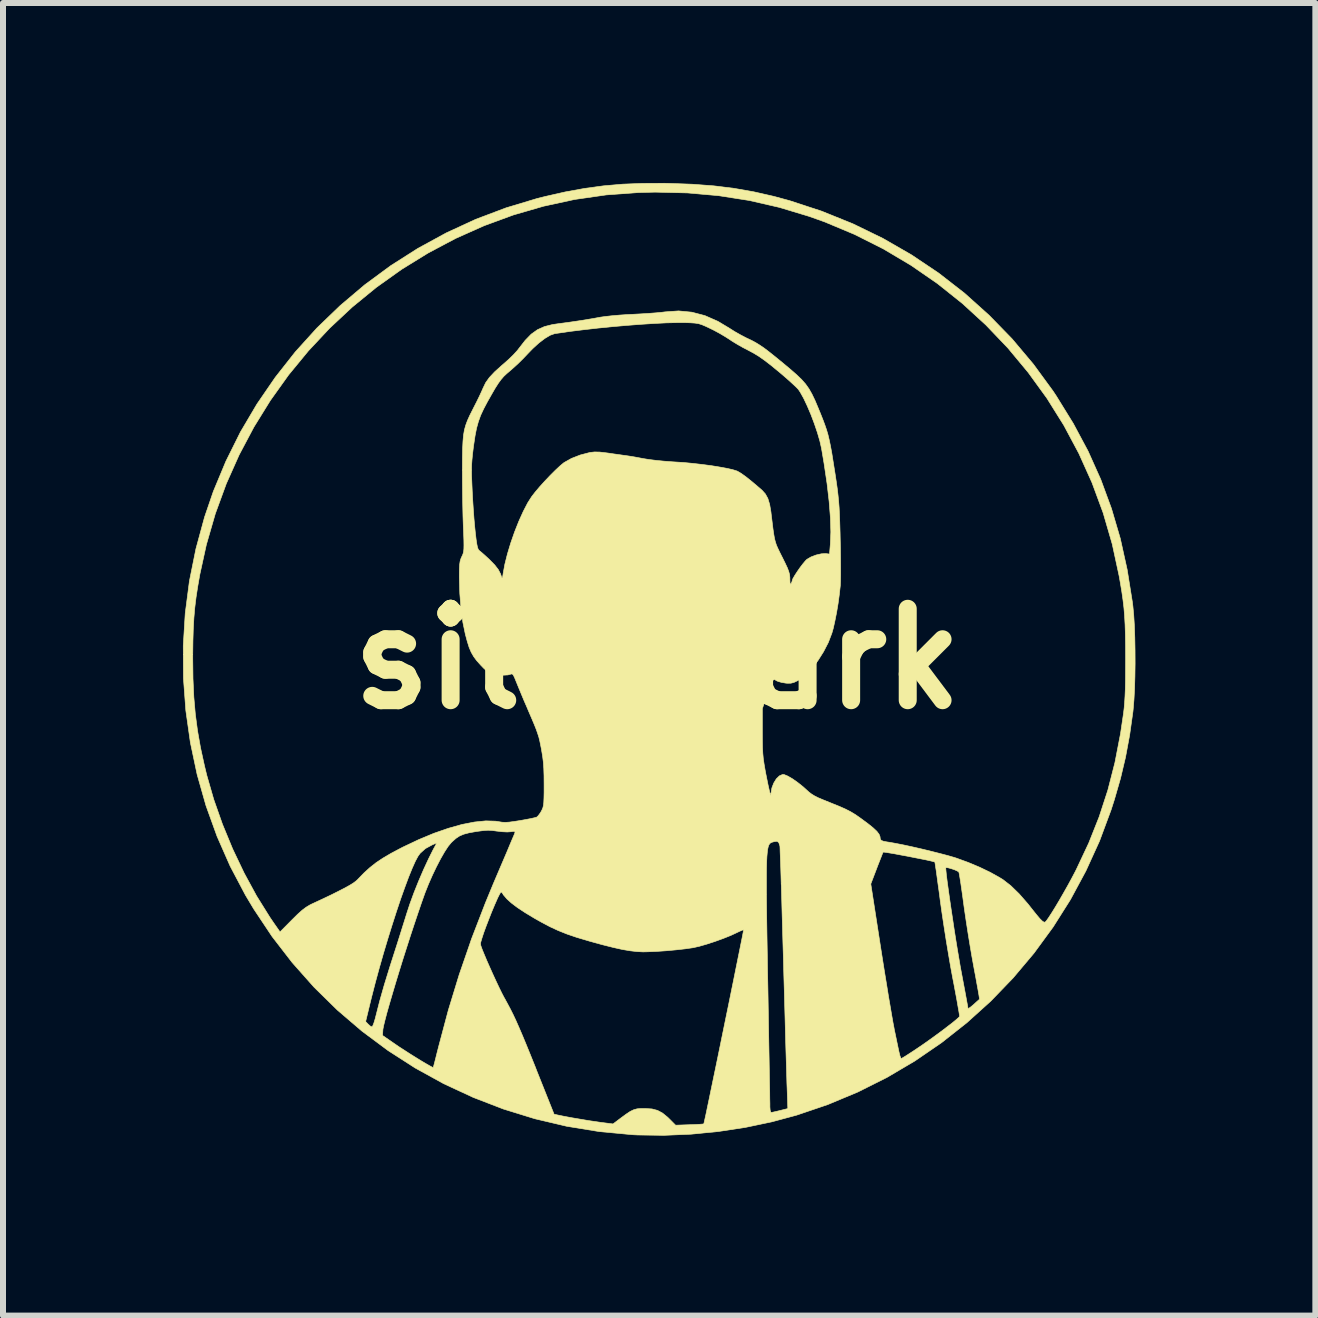
<source format=kicad_pcb>
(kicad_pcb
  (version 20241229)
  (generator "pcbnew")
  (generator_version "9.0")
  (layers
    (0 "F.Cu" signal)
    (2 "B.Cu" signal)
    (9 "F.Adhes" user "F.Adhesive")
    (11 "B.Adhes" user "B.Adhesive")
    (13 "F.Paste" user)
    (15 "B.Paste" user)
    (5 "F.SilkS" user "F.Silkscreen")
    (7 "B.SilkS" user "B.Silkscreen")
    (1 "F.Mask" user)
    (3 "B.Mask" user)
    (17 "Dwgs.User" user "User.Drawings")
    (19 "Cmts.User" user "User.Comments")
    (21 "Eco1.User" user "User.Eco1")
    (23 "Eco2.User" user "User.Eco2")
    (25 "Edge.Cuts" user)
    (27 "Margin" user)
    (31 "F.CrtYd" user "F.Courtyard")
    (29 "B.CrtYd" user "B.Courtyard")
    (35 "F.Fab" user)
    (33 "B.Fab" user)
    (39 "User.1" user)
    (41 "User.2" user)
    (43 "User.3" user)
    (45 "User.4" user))
  (footprint "silk_dark"
    (layer "F.Cu")
    (at 7.909 7.933)
    (property "Reference" "silk_dark" (at 0 0 0) (layer "F.SilkS") (effects (font (size 1.524 1.524) (thickness 0.3))))
    (attr through_hole)
    (fp_poly (pts (xy 0.195 -7.926) (xy 0.582 -7.912) (xy 0.94 -7.885) (xy 1.279 -7.843) (xy 1.609 -7.785) (xy 1.939 -7.71) (xy 2.204 -7.638) (xy 2.74 -7.462) (xy 3.257 -7.253) (xy 3.755 -7.011) (xy 4.233 -6.736) (xy 4.688 -6.431) (xy 5.12 -6.095) (xy 5.528 -5.729) (xy 5.911 -5.336) (xy 6.266 -4.914) (xy 6.594 -4.466) (xy 6.651 -4.38) (xy 6.933 -3.923) (xy 7.18 -3.461) (xy 7.391 -2.99) (xy 7.569 -2.506) (xy 7.716 -2.007) (xy 7.831 -1.487) (xy 7.918 -0.944) (xy 7.926 -0.879) (xy 7.94 -0.732) (xy 7.951 -0.555) (xy 7.958 -0.356) (xy 7.962 -0.142) (xy 7.963 0.077) (xy 7.96 0.292) (xy 7.954 0.497) (xy 7.944 0.682) (xy 7.931 0.839) (xy 7.927 0.879) (xy 7.872 1.271) (xy 7.804 1.637) (xy 7.72 1.992) (xy 7.617 2.349) (xy 7.562 2.52) (xy 7.37 3.037) (xy 7.143 3.535) (xy 6.885 4.014) (xy 6.596 4.471) (xy 6.277 4.907) (xy 5.93 5.319) (xy 5.557 5.706) (xy 5.158 6.066) (xy 4.736 6.399) (xy 4.291 6.704) (xy 3.826 6.978) (xy 3.341 7.221) (xy 2.838 7.431) (xy 2.319 7.607) (xy 1.907 7.718) (xy 1.47 7.81) (xy 1.018 7.879) (xy 0.561 7.924) (xy 0.109 7.943) (xy -0.327 7.937) (xy -0.41 7.933) (xy -0.965 7.881) (xy -1.511 7.792) (xy -2.045 7.666) (xy -2.566 7.505) (xy -3.072 7.31) (xy -3.563 7.082) (xy -4.037 6.821) (xy -4.491 6.529) (xy -4.828 6.278) (xy -4.582 6.278) (xy -4.386 6.413) (xy -4.309 6.466) (xy -4.219 6.524) (xy -4.123 6.586) (xy -4.027 6.646) (xy -3.936 6.702) (xy -3.855 6.75) (xy -3.792 6.786) (xy -3.751 6.808) (xy -3.738 6.812) (xy -3.731 6.792) (xy -3.717 6.74) (xy -3.697 6.662) (xy -3.673 6.565) (xy -3.645 6.456) (xy -3.486 5.859) (xy -3.305 5.267) (xy -3.128 4.755) (xy -2.95 4.755) (xy -2.942 4.786) (xy -2.92 4.847) (xy -2.886 4.93) (xy -2.844 5.03) (xy -2.795 5.141) (xy -2.743 5.257) (xy -2.69 5.372) (xy -2.64 5.478) (xy -2.594 5.572) (xy -2.556 5.645) (xy -2.549 5.656) (xy -2.499 5.748) (xy -2.451 5.838) (xy -2.405 5.93) (xy -2.358 6.03) (xy -2.309 6.141) (xy -2.254 6.269) (xy -2.192 6.418) (xy -2.121 6.592) (xy -2.038 6.798) (xy -2.011 6.868) (xy -1.723 7.59) (xy -1.658 7.605) (xy -1.555 7.626) (xy -1.427 7.65) (xy -1.285 7.674) (xy -1.142 7.698) (xy -1.012 7.717) (xy -0.951 7.726) (xy -0.74 7.753) (xy -0.613 7.657) (xy -0.523 7.591) (xy -0.454 7.545) (xy -0.396 7.517) (xy -0.339 7.501) (xy -0.273 7.496) (xy -0.201 7.496) (xy -0.09 7.503) (xy 0.001 7.527) (xy 0.084 7.571) (xy 0.17 7.641) (xy 0.215 7.685) (xy 0.303 7.774) (xy 0.535 7.766) (xy 0.626 7.763) (xy 0.701 7.759) (xy 0.753 7.755) (xy 0.773 7.752) (xy 0.778 7.732) (xy 0.79 7.678) (xy 0.809 7.592) (xy 0.833 7.477) (xy 0.862 7.339) (xy 0.895 7.179) (xy 0.932 7.001) (xy 0.972 6.809) (xy 1.014 6.606) (xy 1.057 6.396) (xy 1.101 6.181) (xy 1.145 5.966) (xy 1.189 5.753) (xy 1.231 5.546) (xy 1.271 5.349) (xy 1.308 5.165) (xy 1.342 4.997) (xy 1.372 4.849) (xy 1.397 4.724) (xy 1.417 4.625) (xy 1.43 4.556) (xy 1.436 4.521) (xy 1.436 4.517) (xy 1.417 4.522) (xy 1.374 4.54) (xy 1.33 4.561) (xy 1.225 4.61) (xy 1.098 4.661) (xy 0.96 4.711) (xy 0.822 4.756) (xy 0.697 4.792) (xy 0.595 4.815) (xy 0.589 4.816) (xy 0.464 4.834) (xy 0.312 4.851) (xy 0.149 4.866) (xy -0.013 4.877) (xy -0.159 4.883) (xy -0.239 4.885) (xy -0.339 4.88) (xy -0.452 4.867) (xy -0.583 4.845) (xy -0.736 4.811) (xy -0.915 4.766) (xy -1.126 4.708) (xy -1.159 4.698) (xy -1.348 4.642) (xy -1.509 4.587) (xy -1.654 4.529) (xy -1.794 4.464) (xy -1.939 4.387) (xy -2.049 4.325) (xy -2.208 4.229) (xy -2.335 4.145) (xy -2.434 4.07) (xy -2.51 4.001) (xy -2.566 3.935) (xy -2.59 3.897) (xy -2.601 3.888) (xy -2.615 3.896) (xy -2.634 3.928) (xy -2.663 3.986) (xy -2.702 4.075) (xy -2.711 4.095) (xy -2.763 4.219) (xy -2.812 4.344) (xy -2.858 4.463) (xy -2.897 4.57) (xy -2.926 4.659) (xy -2.945 4.724) (xy -2.95 4.755) (xy -3.128 4.755) (xy -3.1 4.672) (xy -2.867 4.068) (xy -2.737 3.753) (xy 1.817 3.753) (xy 1.817 3.923) (xy 1.819 4.118) (xy 1.822 4.342) (xy 1.826 4.596) (xy 1.831 4.881) (xy 1.836 5.201) (xy 1.843 5.557) (xy 1.847 5.793) (xy 1.851 6.041) (xy 1.855 6.279) (xy 1.859 6.504) (xy 1.863 6.713) (xy 1.866 6.904) (xy 1.869 7.072) (xy 1.872 7.215) (xy 1.873 7.329) (xy 1.875 7.412) (xy 1.875 7.46) (xy 1.875 7.469) (xy 1.879 7.523) (xy 1.889 7.556) (xy 1.896 7.561) (xy 1.924 7.557) (xy 1.979 7.545) (xy 2.045 7.529) (xy 2.174 7.497) (xy 2.162 7.153) (xy 2.159 7.082) (xy 2.156 6.976) (xy 2.152 6.838) (xy 2.147 6.671) (xy 2.141 6.478) (xy 2.135 6.264) (xy 2.129 6.031) (xy 2.122 5.783) (xy 2.115 5.523) (xy 2.107 5.255) (xy 2.1 4.982) (xy 2.092 4.718) (xy 2.085 4.464) (xy 2.078 4.224) (xy 2.072 3.999) (xy 2.066 3.794) (xy 2.064 3.752) (xy 3.557 3.752) (xy 3.723 4.822) (xy 3.756 5.032) (xy 3.789 5.239) (xy 3.822 5.439) (xy 3.852 5.626) (xy 3.881 5.795) (xy 3.906 5.942) (xy 3.927 6.062) (xy 3.944 6.15) (xy 3.948 6.174) (xy 3.971 6.284) (xy 3.993 6.39) (xy 4.012 6.481) (xy 4.026 6.547) (xy 4.029 6.56) (xy 4.043 6.617) (xy 4.057 6.654) (xy 4.064 6.663) (xy 4.085 6.652) (xy 4.132 6.624) (xy 4.199 6.581) (xy 4.282 6.527) (xy 4.34 6.488) (xy 4.434 6.424) (xy 4.536 6.352) (xy 4.641 6.276) (xy 4.743 6.201) (xy 4.837 6.129) (xy 4.919 6.066) (xy 4.983 6.013) (xy 5.024 5.977) (xy 5.037 5.961) (xy 5.035 5.938) (xy 5.026 5.882) (xy 5.011 5.797) (xy 4.992 5.687) (xy 4.968 5.558) (xy 4.941 5.414) (xy 4.923 5.322) (xy 4.888 5.133) (xy 4.851 4.917) (xy 4.813 4.688) (xy 4.777 4.457) (xy 4.744 4.238) (xy 4.717 4.046) (xy 4.697 3.891) (xy 4.677 3.749) (xy 4.66 3.624) (xy 4.646 3.521) (xy 4.64 3.485) (xy 4.806 3.485) (xy 4.81 3.531) (xy 4.818 3.611) (xy 4.832 3.72) (xy 4.85 3.851) (xy 4.871 4.001) (xy 4.895 4.164) (xy 4.921 4.336) (xy 4.947 4.51) (xy 4.974 4.682) (xy 5.001 4.848) (xy 5.027 5.001) (xy 5.05 5.137) (xy 5.07 5.243) (xy 5.097 5.387) (xy 5.122 5.519) (xy 5.143 5.633) (xy 5.16 5.726) (xy 5.172 5.791) (xy 5.177 5.824) (xy 5.178 5.827) (xy 5.191 5.825) (xy 5.224 5.802) (xy 5.271 5.763) (xy 5.319 5.719) (xy 5.355 5.687) (xy 5.369 5.675) (xy 5.367 5.655) (xy 5.359 5.602) (xy 5.345 5.521) (xy 5.326 5.417) (xy 5.304 5.294) (xy 5.278 5.158) (xy 5.278 5.156) (xy 5.246 4.982) (xy 5.212 4.783) (xy 5.178 4.573) (xy 5.146 4.366) (xy 5.118 4.175) (xy 5.108 4.103) (xy 5.089 3.962) (xy 5.071 3.835) (xy 5.055 3.725) (xy 5.041 3.638) (xy 5.031 3.579) (xy 5.024 3.553) (xy 5.024 3.553) (xy 4.995 3.534) (xy 4.948 3.514) (xy 4.894 3.496) (xy 4.845 3.483) (xy 4.813 3.48) (xy 4.806 3.485) (xy 4.64 3.485) (xy 4.634 3.444) (xy 4.627 3.398) (xy 4.624 3.387) (xy 4.602 3.38) (xy 4.549 3.367) (xy 4.472 3.35) (xy 4.376 3.331) (xy 4.269 3.31) (xy 4.158 3.288) (xy 4.049 3.268) (xy 3.949 3.249) (xy 3.864 3.235) (xy 3.801 3.225) (xy 3.767 3.221) (xy 3.763 3.222) (xy 3.753 3.243) (xy 3.733 3.295) (xy 3.704 3.369) (xy 3.669 3.458) (xy 3.656 3.493) (xy 3.557 3.752) (xy 2.064 3.752) (xy 2.06 3.611) (xy 2.055 3.452) (xy 2.05 3.321) (xy 2.046 3.22) (xy 2.044 3.151) (xy 2.042 3.118) (xy 2.041 3.116) (xy 2.023 3.062) (xy 1.995 3.041) (xy 1.946 3.047) (xy 1.93 3.052) (xy 1.911 3.057) (xy 1.895 3.064) (xy 1.88 3.073) (xy 1.867 3.088) (xy 1.855 3.109) (xy 1.846 3.138) (xy 1.837 3.179) (xy 1.831 3.232) (xy 1.825 3.299) (xy 1.821 3.383) (xy 1.818 3.486) (xy 1.817 3.608) (xy 1.817 3.753) (xy -2.737 3.753) (xy -2.691 3.645) (xy -2.625 3.49) (xy -2.563 3.345) (xy -2.507 3.214) (xy -2.46 3.101) (xy -2.422 3.011) (xy -2.395 2.948) (xy -2.382 2.917) (xy -2.381 2.915) (xy -2.373 2.886) (xy -2.381 2.875) (xy -2.417 2.878) (xy -2.444 2.882) (xy -2.504 2.886) (xy -2.585 2.882) (xy -2.67 2.872) (xy -2.674 2.872) (xy -2.753 2.861) (xy -2.822 2.857) (xy -2.896 2.862) (xy -2.989 2.874) (xy -3.025 2.879) (xy -3.141 2.9) (xy -3.228 2.923) (xy -3.297 2.952) (xy -3.358 2.992) (xy -3.421 3.048) (xy -3.439 3.066) (xy -3.489 3.127) (xy -3.549 3.219) (xy -3.615 3.334) (xy -3.684 3.467) (xy -3.752 3.609) (xy -3.816 3.755) (xy -3.873 3.898) (xy -3.88 3.917) (xy -3.935 4.072) (xy -3.994 4.245) (xy -4.056 4.43) (xy -4.12 4.624) (xy -4.184 4.824) (xy -4.248 5.024) (xy -4.309 5.222) (xy -4.367 5.412) (xy -4.42 5.591) (xy -4.468 5.755) (xy -4.509 5.899) (xy -4.541 6.021) (xy -4.564 6.115) (xy -4.576 6.177) (xy -4.577 6.192) (xy -4.582 6.278) (xy -4.828 6.278) (xy -4.925 6.206) (xy -5.112 6.046) (xy -4.864 6.046) (xy -4.822 6.09) (xy -4.786 6.122) (xy -4.758 6.135) (xy -4.758 6.135) (xy -4.745 6.117) (xy -4.726 6.069) (xy -4.705 6) (xy -4.691 5.945) (xy -4.63 5.706) (xy -4.553 5.435) (xy -4.459 5.13) (xy -4.396 4.933) (xy -4.35 4.79) (xy -4.299 4.629) (xy -4.248 4.466) (xy -4.201 4.317) (xy -4.181 4.252) (xy -4.127 4.087) (xy -4.059 3.901) (xy -3.981 3.706) (xy -3.898 3.513) (xy -3.815 3.334) (xy -3.738 3.18) (xy -3.733 3.171) (xy -3.678 3.069) (xy -3.749 3.098) (xy -3.867 3.162) (xy -3.955 3.241) (xy -3.991 3.291) (xy -4.035 3.373) (xy -4.087 3.489) (xy -4.146 3.634) (xy -4.21 3.806) (xy -4.279 3.999) (xy -4.35 4.211) (xy -4.422 4.435) (xy -4.495 4.67) (xy -4.567 4.91) (xy -4.636 5.152) (xy -4.701 5.391) (xy -4.761 5.624) (xy -4.778 5.692) (xy -4.864 6.046) (xy -5.112 6.046) (xy -5.336 5.854) (xy -5.724 5.473) (xy -6.087 5.064) (xy -6.423 4.629) (xy -6.73 4.168) (xy -6.867 3.939) (xy -7.122 3.456) (xy -7.341 2.958) (xy -7.525 2.448) (xy -7.673 1.927) (xy -7.785 1.398) (xy -7.861 0.863) (xy -7.901 0.323) (xy -7.903 0) (xy -7.746 0) (xy -7.742 0.331) (xy -7.728 0.635) (xy -7.703 0.921) (xy -7.666 1.201) (xy -7.616 1.484) (xy -7.551 1.781) (xy -7.513 1.938) (xy -7.396 2.344) (xy -7.251 2.756) (xy -7.081 3.168) (xy -6.89 3.569) (xy -6.682 3.952) (xy -6.46 4.308) (xy -6.394 4.405) (xy -6.291 4.552) (xy -6.091 4.35) (xy -5.998 4.258) (xy -5.922 4.19) (xy -5.857 4.141) (xy -5.794 4.103) (xy -5.764 4.088) (xy -5.579 4.002) (xy -5.426 3.929) (xy -5.303 3.867) (xy -5.204 3.816) (xy -5.127 3.773) (xy -5.069 3.737) (xy -5.025 3.704) (xy -4.993 3.675) (xy -4.991 3.672) (xy -4.89 3.568) (xy -4.792 3.479) (xy -4.691 3.399) (xy -4.577 3.323) (xy -4.445 3.245) (xy -4.285 3.16) (xy -4.24 3.137) (xy -3.98 3.014) (xy -3.728 2.909) (xy -3.486 2.825) (xy -3.259 2.761) (xy -3.049 2.72) (xy -2.861 2.701) (xy -2.698 2.706) (xy -2.647 2.714) (xy -2.591 2.723) (xy -2.535 2.726) (xy -2.471 2.722) (xy -2.389 2.711) (xy -2.286 2.695) (xy -2.191 2.678) (xy -2.108 2.662) (xy -2.046 2.648) (xy -2.014 2.639) (xy -2.012 2.639) (xy -1.986 2.614) (xy -1.952 2.568) (xy -1.936 2.541) (xy -1.92 2.509) (xy -1.908 2.478) (xy -1.899 2.44) (xy -1.894 2.39) (xy -1.891 2.32) (xy -1.889 2.224) (xy -1.889 2.103) (xy -1.89 1.953) (xy -1.894 1.831) (xy -1.901 1.727) (xy -1.913 1.629) (xy -1.93 1.527) (xy -1.931 1.519) (xy -1.947 1.437) (xy -1.961 1.369) (xy -1.976 1.307) (xy -1.996 1.245) (xy -2.02 1.176) (xy -2.053 1.093) (xy -2.097 0.989) (xy -2.153 0.859) (xy -2.173 0.811) (xy -2.222 0.699) (xy -2.269 0.586) (xy -2.311 0.485) (xy -2.344 0.404) (xy -2.355 0.377) (xy -2.384 0.306) (xy -2.405 0.266) (xy -2.423 0.251) (xy -2.442 0.254) (xy -2.444 0.255) (xy -2.492 0.268) (xy -2.565 0.272) (xy -2.649 0.269) (xy -2.732 0.258) (xy -2.745 0.255) (xy -2.793 0.238) (xy -2.842 0.206) (xy -2.9 0.152) (xy -2.946 0.104) (xy -3.013 0.029) (xy -3.064 -0.04) (xy -3.104 -0.11) (xy -3.139 -0.192) (xy -3.171 -0.295) (xy -3.202 -0.411) (xy -3.243 -0.609) (xy -3.274 -0.838) (xy -3.294 -1.09) (xy -3.302 -1.359) (xy -3.302 -1.392) (xy -3.301 -1.497) (xy -3.297 -1.571) (xy -3.289 -1.626) (xy -3.276 -1.67) (xy -3.26 -1.706) (xy -3.247 -1.733) (xy -3.237 -1.761) (xy -3.23 -1.793) (xy -3.226 -1.836) (xy -3.225 -1.895) (xy -3.226 -1.976) (xy -3.23 -2.085) (xy -3.236 -2.227) (xy -3.241 -2.379) (xy -3.245 -2.558) (xy -3.248 -2.749) (xy -3.25 -2.941) (xy -3.251 -3.121) (xy -3.251 -3.148) (xy -3.099 -3.148) (xy -3.098 -3.05) (xy -3.093 -2.931) (xy -3.087 -2.794) (xy -3.079 -2.647) (xy -3.069 -2.493) (xy -3.058 -2.342) (xy -3.046 -2.207) (xy -3.035 -2.1) (xy -3.022 -1.99) (xy -3.01 -1.911) (xy -2.999 -1.859) (xy -2.987 -1.826) (xy -2.971 -1.806) (xy -2.962 -1.799) (xy -2.929 -1.772) (xy -2.878 -1.727) (xy -2.817 -1.671) (xy -2.797 -1.652) (xy -2.712 -1.565) (xy -2.653 -1.489) (xy -2.615 -1.416) (xy -2.599 -1.368) (xy -2.59 -1.347) (xy -2.583 -1.355) (xy -2.575 -1.397) (xy -2.571 -1.426) (xy -2.543 -1.578) (xy -2.5 -1.749) (xy -2.445 -1.931) (xy -2.381 -2.115) (xy -2.31 -2.294) (xy -2.236 -2.458) (xy -2.163 -2.599) (xy -2.097 -2.703) (xy -2.039 -2.778) (xy -1.964 -2.867) (xy -1.878 -2.962) (xy -1.789 -3.056) (xy -1.702 -3.143) (xy -1.625 -3.215) (xy -1.564 -3.266) (xy -1.554 -3.273) (xy -1.433 -3.341) (xy -1.287 -3.398) (xy -1.13 -3.439) (xy -1.12 -3.441) (xy -1.047 -3.449) (xy -0.961 -3.447) (xy -0.85 -3.434) (xy -0.827 -3.431) (xy -0.732 -3.417) (xy -0.638 -3.404) (xy -0.562 -3.393) (xy -0.537 -3.39) (xy -0.476 -3.381) (xy -0.389 -3.367) (xy -0.292 -3.349) (xy -0.234 -3.338) (xy -0.14 -3.323) (xy -0.019 -3.308) (xy 0.114 -3.295) (xy 0.246 -3.285) (xy 0.293 -3.282) (xy 0.439 -3.273) (xy 0.593 -3.258) (xy 0.75 -3.24) (xy 0.901 -3.22) (xy 1.041 -3.197) (xy 1.163 -3.175) (xy 1.261 -3.152) (xy 1.328 -3.131) (xy 1.338 -3.126) (xy 1.396 -3.092) (xy 1.474 -3.036) (xy 1.574 -2.956) (xy 1.698 -2.851) (xy 1.745 -2.81) (xy 1.799 -2.75) (xy 1.841 -2.674) (xy 1.871 -2.575) (xy 1.893 -2.446) (xy 1.895 -2.425) (xy 1.913 -2.278) (xy 1.927 -2.164) (xy 1.94 -2.075) (xy 1.952 -2.006) (xy 1.967 -1.948) (xy 1.984 -1.896) (xy 2.007 -1.844) (xy 2.036 -1.783) (xy 2.073 -1.709) (xy 2.081 -1.694) (xy 2.132 -1.59) (xy 2.168 -1.513) (xy 2.19 -1.454) (xy 2.203 -1.405) (xy 2.208 -1.359) (xy 2.208 -1.332) (xy 2.21 -1.27) (xy 2.217 -1.244) (xy 2.227 -1.25) (xy 2.244 -1.29) (xy 2.247 -1.305) (xy 2.258 -1.336) (xy 2.288 -1.388) (xy 2.33 -1.453) (xy 2.378 -1.522) (xy 2.426 -1.585) (xy 2.468 -1.635) (xy 2.491 -1.658) (xy 2.559 -1.698) (xy 2.645 -1.731) (xy 2.732 -1.751) (xy 2.804 -1.755) (xy 2.869 -1.747) (xy 2.883 -1.914) (xy 2.891 -2.114) (xy 2.884 -2.35) (xy 2.863 -2.619) (xy 2.828 -2.922) (xy 2.778 -3.258) (xy 2.736 -3.507) (xy 2.708 -3.631) (xy 2.667 -3.772) (xy 2.616 -3.922) (xy 2.559 -4.073) (xy 2.498 -4.216) (xy 2.438 -4.343) (xy 2.381 -4.445) (xy 2.351 -4.49) (xy 2.321 -4.522) (xy 2.266 -4.574) (xy 2.193 -4.641) (xy 2.106 -4.717) (xy 2.012 -4.797) (xy 2.011 -4.797) (xy 1.888 -4.898) (xy 1.784 -4.978) (xy 1.693 -5.042) (xy 1.606 -5.095) (xy 1.52 -5.141) (xy 1.424 -5.191) (xy 1.327 -5.246) (xy 1.242 -5.298) (xy 1.201 -5.326) (xy 1.13 -5.371) (xy 1.039 -5.425) (xy 0.941 -5.478) (xy 0.888 -5.504) (xy 0.804 -5.544) (xy 0.74 -5.571) (xy 0.685 -5.588) (xy 0.626 -5.597) (xy 0.551 -5.602) (xy 0.469 -5.605) (xy 0.327 -5.605) (xy 0.152 -5.601) (xy -0.049 -5.591) (xy -0.27 -5.577) (xy -0.504 -5.559) (xy -0.745 -5.538) (xy -0.988 -5.514) (xy -1.225 -5.487) (xy -1.451 -5.459) (xy -1.659 -5.429) (xy -1.713 -5.421) (xy -1.787 -5.395) (xy -1.876 -5.342) (xy -1.977 -5.265) (xy -2.082 -5.169) (xy -2.159 -5.089) (xy -2.238 -5.006) (xy -2.326 -4.919) (xy -2.411 -4.842) (xy -2.452 -4.806) (xy -2.511 -4.756) (xy -2.561 -4.709) (xy -2.606 -4.657) (xy -2.652 -4.594) (xy -2.702 -4.516) (xy -2.761 -4.414) (xy -2.832 -4.289) (xy -2.896 -4.168) (xy -2.946 -4.061) (xy -2.984 -3.956) (xy -3.015 -3.845) (xy -3.04 -3.717) (xy -3.063 -3.563) (xy -3.069 -3.518) (xy -3.082 -3.411) (xy -3.091 -3.319) (xy -3.097 -3.235) (xy -3.099 -3.148) (xy -3.251 -3.148) (xy -3.251 -3.185) (xy -3.25 -3.364) (xy -3.247 -3.51) (xy -3.241 -3.63) (xy -3.232 -3.73) (xy -3.217 -3.817) (xy -3.195 -3.896) (xy -3.166 -3.974) (xy -3.128 -4.058) (xy -3.08 -4.153) (xy -3.061 -4.191) (xy -3.012 -4.287) (xy -2.967 -4.379) (xy -2.93 -4.459) (xy -2.906 -4.514) (xy -2.904 -4.518) (xy -2.863 -4.603) (xy -2.801 -4.69) (xy -2.714 -4.783) (xy -2.598 -4.888) (xy -2.557 -4.923) (xy -2.478 -4.993) (xy -2.401 -5.068) (xy -2.337 -5.138) (xy -2.309 -5.174) (xy -2.204 -5.309) (xy -2.104 -5.412) (xy -1.999 -5.487) (xy -1.883 -5.539) (xy -1.748 -5.573) (xy -1.651 -5.587) (xy -1.477 -5.61) (xy -1.281 -5.639) (xy -1.079 -5.672) (xy -0.948 -5.696) (xy -0.869 -5.707) (xy -0.762 -5.719) (xy -0.637 -5.73) (xy -0.504 -5.739) (xy -0.401 -5.744) (xy -0.271 -5.751) (xy -0.143 -5.759) (xy -0.025 -5.768) (xy 0.071 -5.777) (xy 0.127 -5.784) (xy 0.353 -5.8) (xy 0.573 -5.779) (xy 0.791 -5.722) (xy 1.009 -5.626) (xy 1.199 -5.512) (xy 1.289 -5.455) (xy 1.39 -5.398) (xy 1.482 -5.35) (xy 1.493 -5.345) (xy 1.569 -5.309) (xy 1.638 -5.272) (xy 1.706 -5.23) (xy 1.781 -5.179) (xy 1.866 -5.114) (xy 1.97 -5.031) (xy 2.091 -4.932) (xy 2.219 -4.825) (xy 2.322 -4.735) (xy 2.404 -4.656) (xy 2.47 -4.581) (xy 2.526 -4.502) (xy 2.576 -4.414) (xy 2.626 -4.31) (xy 2.68 -4.182) (xy 2.718 -4.09) (xy 2.758 -3.989) (xy 2.791 -3.901) (xy 2.819 -3.819) (xy 2.843 -3.738) (xy 2.864 -3.65) (xy 2.885 -3.549) (xy 2.907 -3.43) (xy 2.93 -3.285) (xy 2.958 -3.109) (xy 2.963 -3.077) (xy 2.983 -2.945) (xy 2.999 -2.831) (xy 3.011 -2.728) (xy 3.021 -2.627) (xy 3.029 -2.523) (xy 3.035 -2.406) (xy 3.04 -2.269) (xy 3.045 -2.105) (xy 3.047 -2.005) (xy 3.051 -1.843) (xy 3.053 -1.684) (xy 3.054 -1.537) (xy 3.054 -1.406) (xy 3.052 -1.299) (xy 3.049 -1.222) (xy 3.047 -1.204) (xy 3.032 -1.069) (xy 3.012 -0.922) (xy 2.987 -0.773) (xy 2.959 -0.632) (xy 2.932 -0.511) (xy 2.909 -0.43) (xy 2.849 -0.273) (xy 2.769 -0.118) (xy 2.676 0.029) (xy 2.574 0.16) (xy 2.468 0.269) (xy 2.364 0.348) (xy 2.345 0.36) (xy 2.278 0.392) (xy 2.225 0.406) (xy 2.163 0.407) (xy 2.136 0.404) (xy 2.066 0.392) (xy 2.006 0.374) (xy 1.982 0.363) (xy 1.961 0.349) (xy 1.944 0.345) (xy 1.928 0.354) (xy 1.912 0.381) (xy 1.89 0.43) (xy 1.862 0.508) (xy 1.824 0.615) (xy 1.749 0.83) (xy 1.749 1.221) (xy 1.75 1.365) (xy 1.752 1.479) (xy 1.757 1.575) (xy 1.765 1.662) (xy 1.778 1.751) (xy 1.795 1.851) (xy 1.805 1.905) (xy 1.826 2.01) (xy 1.845 2.104) (xy 1.862 2.179) (xy 1.873 2.226) (xy 1.877 2.237) (xy 1.893 2.276) (xy 1.894 2.237) (xy 1.908 2.152) (xy 1.939 2.071) (xy 1.982 2.001) (xy 2.033 1.951) (xy 2.085 1.928) (xy 2.112 1.929) (xy 2.173 1.954) (xy 2.252 2) (xy 2.34 2.062) (xy 2.428 2.132) (xy 2.481 2.18) (xy 2.526 2.221) (xy 2.57 2.254) (xy 2.62 2.285) (xy 2.684 2.317) (xy 2.77 2.353) (xy 2.884 2.399) (xy 2.896 2.404) (xy 3.028 2.457) (xy 3.134 2.504) (xy 3.222 2.549) (xy 3.303 2.598) (xy 3.383 2.654) (xy 3.504 2.743) (xy 3.595 2.816) (xy 3.658 2.875) (xy 3.695 2.924) (xy 3.711 2.964) (xy 3.712 2.975) (xy 3.716 3.005) (xy 3.731 3.026) (xy 3.766 3.04) (xy 3.828 3.052) (xy 3.869 3.058) (xy 3.97 3.076) (xy 4.098 3.101) (xy 4.246 3.133) (xy 4.403 3.169) (xy 4.56 3.207) (xy 4.71 3.245) (xy 4.843 3.28) (xy 4.95 3.311) (xy 4.984 3.322) (xy 5.179 3.393) (xy 5.37 3.473) (xy 5.547 3.558) (xy 5.7 3.643) (xy 5.76 3.68) (xy 5.89 3.781) (xy 6.028 3.915) (xy 6.175 4.083) (xy 6.247 4.174) (xy 6.322 4.268) (xy 6.377 4.333) (xy 6.418 4.373) (xy 6.446 4.39) (xy 6.464 4.388) (xy 6.487 4.363) (xy 6.525 4.309) (xy 6.576 4.23) (xy 6.636 4.133) (xy 6.702 4.022) (xy 6.771 3.902) (xy 6.84 3.78) (xy 6.906 3.659) (xy 6.966 3.545) (xy 6.985 3.507) (xy 7.19 3.071) (xy 7.364 2.633) (xy 7.509 2.188) (xy 7.627 1.728) (xy 7.72 1.247) (xy 7.77 0.909) (xy 7.781 0.817) (xy 7.789 0.723) (xy 7.795 0.621) (xy 7.8 0.504) (xy 7.803 0.366) (xy 7.804 0.202) (xy 7.805 0.005) (xy 7.805 -0.01) (xy 7.804 -0.225) (xy 7.801 -0.41) (xy 7.796 -0.57) (xy 7.788 -0.714) (xy 7.777 -0.849) (xy 7.761 -0.983) (xy 7.741 -1.123) (xy 7.715 -1.278) (xy 7.697 -1.381) (xy 7.582 -1.913) (xy 7.431 -2.432) (xy 7.245 -2.936) (xy 7.026 -3.423) (xy 6.775 -3.893) (xy 6.493 -4.344) (xy 6.181 -4.774) (xy 5.842 -5.182) (xy 5.475 -5.566) (xy 5.084 -5.924) (xy 4.668 -6.256) (xy 4.229 -6.559) (xy 3.768 -6.833) (xy 3.287 -7.075) (xy 2.788 -7.284) (xy 2.53 -7.376) (xy 2.033 -7.526) (xy 1.532 -7.641) (xy 1.022 -7.721) (xy 0.5 -7.767) (xy -0.037 -7.78) (xy -0.317 -7.773) (xy -0.853 -7.734) (xy -1.38 -7.658) (xy -1.896 -7.546) (xy -2.4 -7.4) (xy -2.89 -7.22) (xy -3.365 -7.008) (xy -3.823 -6.765) (xy -4.264 -6.493) (xy -4.685 -6.193) (xy -5.086 -5.865) (xy -5.464 -5.512) (xy -5.818 -5.134) (xy -6.148 -4.733) (xy -6.451 -4.309) (xy -6.726 -3.865) (xy -6.972 -3.401) (xy -7.187 -2.919) (xy -7.37 -2.419) (xy -7.519 -1.904) (xy -7.628 -1.407) (xy -7.663 -1.206) (xy -7.691 -1.024) (xy -7.712 -0.852) (xy -7.727 -0.679) (xy -7.737 -0.497) (xy -7.743 -0.297) (xy -7.746 -0.07) (xy -7.746 0) (xy -7.903 0) (xy -7.904 -0.218) (xy -7.871 -0.76) (xy -7.801 -1.299) (xy -7.693 -1.834) (xy -7.549 -2.363) (xy -7.403 -2.79) (xy -7.193 -3.294) (xy -6.951 -3.781) (xy -6.676 -4.247) (xy -6.37 -4.693) (xy -6.037 -5.116) (xy -5.676 -5.515) (xy -5.289 -5.888) (xy -4.879 -6.235) (xy -4.446 -6.554) (xy -3.992 -6.843) (xy -3.519 -7.101) (xy -3.029 -7.327) (xy -2.523 -7.518) (xy -2.002 -7.675) (xy -1.869 -7.708) (xy -1.534 -7.784) (xy -1.214 -7.842) (xy -0.899 -7.885) (xy -0.58 -7.913) (xy -0.246 -7.926) (xy 0.113 -7.928) (xy 0.195 -7.926)) (stroke (width 0.01) (type solid)) (fill yes) (layer "F.SilkS")))
  (gr_rect
    (start -3 -3)
    (end 18.877 18.881)
    (stroke (width 0.1) (type default))
    (fill no)
    (layer "Edge.Cuts")))
</source>
